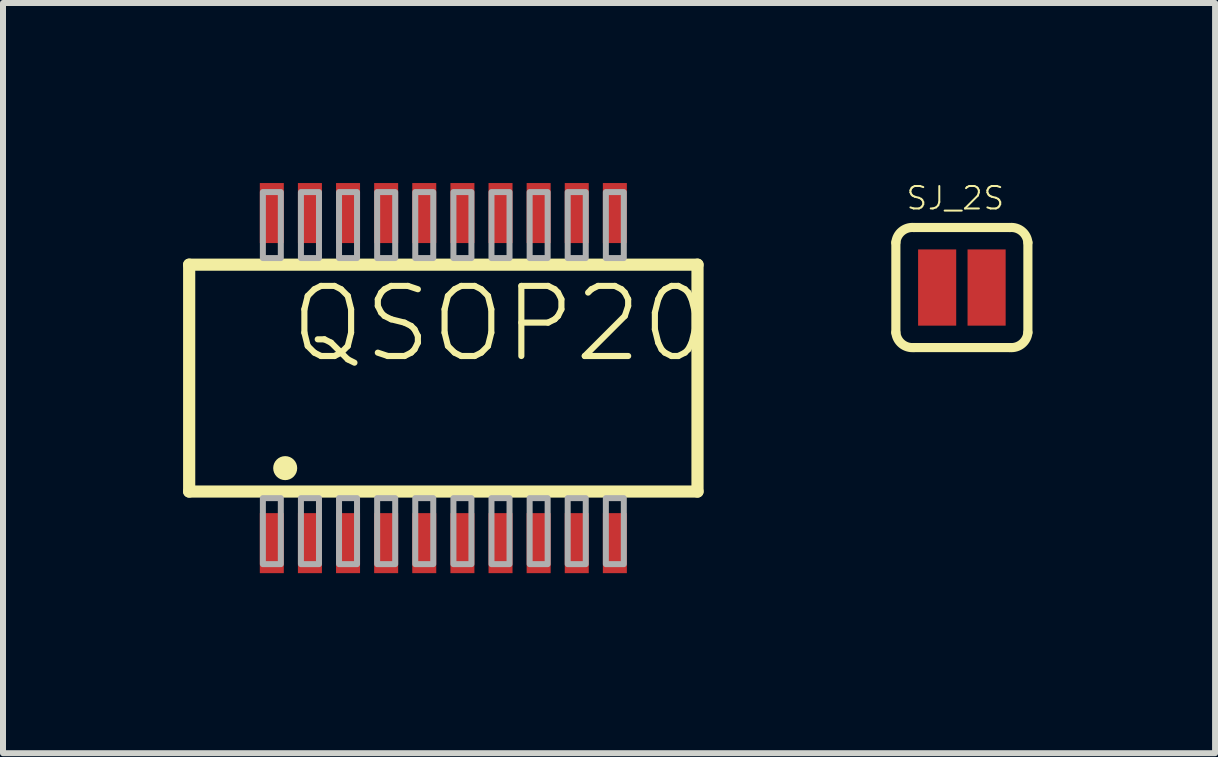
<source format=kicad_pcb>
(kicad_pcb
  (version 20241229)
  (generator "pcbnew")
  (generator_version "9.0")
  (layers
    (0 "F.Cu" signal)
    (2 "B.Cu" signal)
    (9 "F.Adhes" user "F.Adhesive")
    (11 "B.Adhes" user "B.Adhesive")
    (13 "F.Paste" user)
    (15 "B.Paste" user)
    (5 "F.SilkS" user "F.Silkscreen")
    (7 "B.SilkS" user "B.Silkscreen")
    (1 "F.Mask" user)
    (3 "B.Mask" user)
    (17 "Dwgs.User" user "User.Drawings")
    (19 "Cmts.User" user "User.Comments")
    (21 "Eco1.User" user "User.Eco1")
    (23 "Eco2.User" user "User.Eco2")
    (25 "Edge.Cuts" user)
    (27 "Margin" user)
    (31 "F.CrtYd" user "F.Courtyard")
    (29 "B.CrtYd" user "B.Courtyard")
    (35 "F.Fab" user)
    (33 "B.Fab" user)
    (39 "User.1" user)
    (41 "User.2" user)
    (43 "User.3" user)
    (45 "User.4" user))
  (footprint "SJ_2S"
    (layer "F.Cu")
    (at 12.977 1.741)
    (property "Reference" "SJ_2S" (at -0.95 -1.27 0) (layer "F.SilkS") (effects (font (size 0.374 0.374) (thickness 0.033)) (justify left bottom)))
    (fp_line (start -1.1 0.75) (end -1.1 -0.75) (stroke (width 0.152) (type solid)) (layer "F.SilkS"))
    (fp_line (start -0.8 -1) (end 0.8 -1) (stroke (width 0.152) (type solid)) (layer "F.SilkS"))
    (fp_line (start 0.8 1) (end -0.8 1) (stroke (width 0.152) (type solid)) (layer "F.SilkS"))
    (fp_line (start 1.1 0.75) (end 1.1 -0.75) (stroke (width 0.152) (type solid)) (layer "F.SilkS"))
    (fp_arc (start -1.1 -0.75) (mid -1.001777 -0.937132) (end -0.8 -1) (stroke (width 0.1524) (type solid)) (layer "F.SilkS"))
    (fp_arc (start -0.799998 1) (mid -1.001849 0.93722) (end -1.1 0.75) (stroke (width 0.1524) (type solid)) (layer "F.SilkS"))
    (fp_arc (start 0.8 -1) (mid 1.001777 -0.937132) (end 1.1 -0.75) (stroke (width 0.1524) (type solid)) (layer "F.SilkS"))
    (fp_arc (start 1.1 0.75) (mid 1.001777 0.937132) (end 0.8 1) (stroke (width 0.1524) (type solid)) (layer "F.SilkS"))
    (fp_poly (pts (xy -1.219 1.143) (xy 1.219 1.143) (xy 1.219 -1.143) (xy -1.219 -1.143)) (stroke (width 0) (type default)) (fill yes) (layer "F.Paste"))
    (pad "1" smd rect (at -0.412 0) (size 0.635 1.27) (layers "F.Cu" "F.Mask" "F.Paste"))
    (pad "2" smd rect (at 0.412 0) (size 0.635 1.27) (layers "F.Cu" "F.Mask" "F.Paste")))
  (footprint "QSOP20"
    (layer "F.Cu")
    (at 4.337 3.25)
    (property "Reference" "QSOP20" (at -2.605 -0.22 0) (layer "F.SilkS") (effects (font (size 1.168 1.168) (thickness 0.102)) (justify left bottom)))
    (fp_line (start -4.235 -1.89) (end 4.235 -1.89) (stroke (width 0.203) (type solid)) (layer "F.SilkS"))
    (fp_line (start -4.235 1.89) (end -4.235 -1.89) (stroke (width 0.203) (type solid)) (layer "F.SilkS"))
    (fp_line (start 4.235 -1.89) (end 4.235 1.89) (stroke (width 0.203) (type solid)) (layer "F.SilkS"))
    (fp_line (start 4.235 1.89) (end -4.235 1.89) (stroke (width 0.203) (type solid)) (layer "F.SilkS"))
    (fp_circle (center -2.635 1.5) (end -2.535 1.5) (stroke (width 0.2) (type solid)) (fill yes) (layer "F.SilkS"))
    (fp_poly (pts (xy -3.007 -2) (xy -2.708 -2) (xy -2.708 -3.1) (xy -3.007 -3.1)) (stroke (width 0.1) (type default)) (fill no) (layer "F.Fab"))
    (fp_poly (pts (xy -3.007 3.1) (xy -2.708 3.1) (xy -2.708 2) (xy -3.007 2)) (stroke (width 0.1) (type default)) (fill no) (layer "F.Fab"))
    (fp_poly (pts (xy -2.373 -2) (xy -2.072 -2) (xy -2.072 -3.1) (xy -2.373 -3.1)) (stroke (width 0.1) (type default)) (fill no) (layer "F.Fab"))
    (fp_poly (pts (xy -2.373 3.1) (xy -2.072 3.1) (xy -2.072 2) (xy -2.373 2)) (stroke (width 0.1) (type default)) (fill no) (layer "F.Fab"))
    (fp_poly (pts (xy -1.738 -2) (xy -1.438 -2) (xy -1.438 -3.1) (xy -1.738 -3.1)) (stroke (width 0.1) (type default)) (fill no) (layer "F.Fab"))
    (fp_poly (pts (xy -1.738 3.1) (xy -1.438 3.1) (xy -1.438 2) (xy -1.738 2)) (stroke (width 0.1) (type default)) (fill no) (layer "F.Fab"))
    (fp_poly (pts (xy -1.103 -2) (xy -0.802 -2) (xy -0.802 -3.1) (xy -1.103 -3.1)) (stroke (width 0.1) (type default)) (fill no) (layer "F.Fab"))
    (fp_poly (pts (xy -1.103 3.1) (xy -0.802 3.1) (xy -0.802 2) (xy -1.103 2)) (stroke (width 0.1) (type default)) (fill no) (layer "F.Fab"))
    (fp_poly (pts (xy -0.468 -2) (xy -0.168 -2) (xy -0.168 -3.1) (xy -0.468 -3.1)) (stroke (width 0.1) (type default)) (fill no) (layer "F.Fab"))
    (fp_poly (pts (xy -0.468 3.1) (xy -0.168 3.1) (xy -0.168 2) (xy -0.468 2)) (stroke (width 0.1) (type default)) (fill no) (layer "F.Fab"))
    (fp_poly (pts (xy 0.168 -2) (xy 0.468 -2) (xy 0.468 -3.1) (xy 0.168 -3.1)) (stroke (width 0.1) (type default)) (fill no) (layer "F.Fab"))
    (fp_poly (pts (xy 0.168 3.1) (xy 0.468 3.1) (xy 0.468 2) (xy 0.168 2)) (stroke (width 0.1) (type default)) (fill no) (layer "F.Fab"))
    (fp_poly (pts (xy 0.802 -2) (xy 1.103 -2) (xy 1.103 -3.1) (xy 0.802 -3.1)) (stroke (width 0.1) (type default)) (fill no) (layer "F.Fab"))
    (fp_poly (pts (xy 0.802 3.1) (xy 1.103 3.1) (xy 1.103 2) (xy 0.802 2)) (stroke (width 0.1) (type default)) (fill no) (layer "F.Fab"))
    (fp_poly (pts (xy 1.438 -2) (xy 1.738 -2) (xy 1.738 -3.1) (xy 1.438 -3.1)) (stroke (width 0.1) (type default)) (fill no) (layer "F.Fab"))
    (fp_poly (pts (xy 1.438 3.1) (xy 1.738 3.1) (xy 1.738 2) (xy 1.438 2)) (stroke (width 0.1) (type default)) (fill no) (layer "F.Fab"))
    (fp_poly (pts (xy 2.072 -2) (xy 2.373 -2) (xy 2.373 -3.1) (xy 2.072 -3.1)) (stroke (width 0.1) (type default)) (fill no) (layer "F.Fab"))
    (fp_poly (pts (xy 2.072 3.1) (xy 2.373 3.1) (xy 2.373 2) (xy 2.072 2)) (stroke (width 0.1) (type default)) (fill no) (layer "F.Fab"))
    (fp_poly (pts (xy 2.708 -2) (xy 3.007 -2) (xy 3.007 -3.1) (xy 2.708 -3.1)) (stroke (width 0.1) (type default)) (fill no) (layer "F.Fab"))
    (fp_poly (pts (xy 2.708 3.1) (xy 3.007 3.1) (xy 3.007 2) (xy 2.708 2)) (stroke (width 0.1) (type default)) (fill no) (layer "F.Fab"))
    (pad "1" smd rect (at -2.858 2.75) (size 0.4 1) (layers "F.Cu" "F.Mask" "F.Paste"))
    (pad "2" smd rect (at -2.223 2.75) (size 0.4 1) (layers "F.Cu" "F.Mask" "F.Paste"))
    (pad "3" smd rect (at -1.588 2.75) (size 0.4 1) (layers "F.Cu" "F.Mask" "F.Paste"))
    (pad "4" smd rect (at -0.953 2.75) (size 0.4 1) (layers "F.Cu" "F.Mask" "F.Paste"))
    (pad "5" smd rect (at -0.318 2.75) (size 0.4 1) (layers "F.Cu" "F.Mask" "F.Paste"))
    (pad "6" smd rect (at 0.318 2.75) (size 0.4 1) (layers "F.Cu" "F.Mask" "F.Paste"))
    (pad "7" smd rect (at 0.953 2.75) (size 0.4 1) (layers "F.Cu" "F.Mask" "F.Paste"))
    (pad "8" smd rect (at 1.588 2.75) (size 0.4 1) (layers "F.Cu" "F.Mask" "F.Paste"))
    (pad "9" smd rect (at 2.223 2.75) (size 0.4 1) (layers "F.Cu" "F.Mask" "F.Paste"))
    (pad "10" smd rect (at 2.858 2.75) (size 0.4 1) (layers "F.Cu" "F.Mask" "F.Paste"))
    (pad "11" smd rect (at 2.858 -2.75) (size 0.4 1) (layers "F.Cu" "F.Mask" "F.Paste"))
    (pad "12" smd rect (at 2.223 -2.75) (size 0.4 1) (layers "F.Cu" "F.Mask" "F.Paste"))
    (pad "13" smd rect (at 1.588 -2.75) (size 0.4 1) (layers "F.Cu" "F.Mask" "F.Paste"))
    (pad "14" smd rect (at 0.953 -2.75) (size 0.4 1) (layers "F.Cu" "F.Mask" "F.Paste"))
    (pad "15" smd rect (at 0.318 -2.75) (size 0.4 1) (layers "F.Cu" "F.Mask" "F.Paste"))
    (pad "16" smd rect (at -0.318 -2.75) (size 0.4 1) (layers "F.Cu" "F.Mask" "F.Paste"))
    (pad "17" smd rect (at -0.953 -2.75) (size 0.4 1) (layers "F.Cu" "F.Mask" "F.Paste"))
    (pad "18" smd rect (at -1.588 -2.75) (size 0.4 1) (layers "F.Cu" "F.Mask" "F.Paste"))
    (pad "19" smd rect (at -2.223 -2.75) (size 0.4 1) (layers "F.Cu" "F.Mask" "F.Paste"))
    (pad "20" smd rect (at -2.858 -2.75) (size 0.4 1) (layers "F.Cu" "F.Mask" "F.Paste")))
  (gr_rect
    (start -3 -3)
    (end 17.196 9.5)
    (stroke (width 0.1) (type default))
    (fill no)
    (layer "Edge.Cuts")))
</source>
